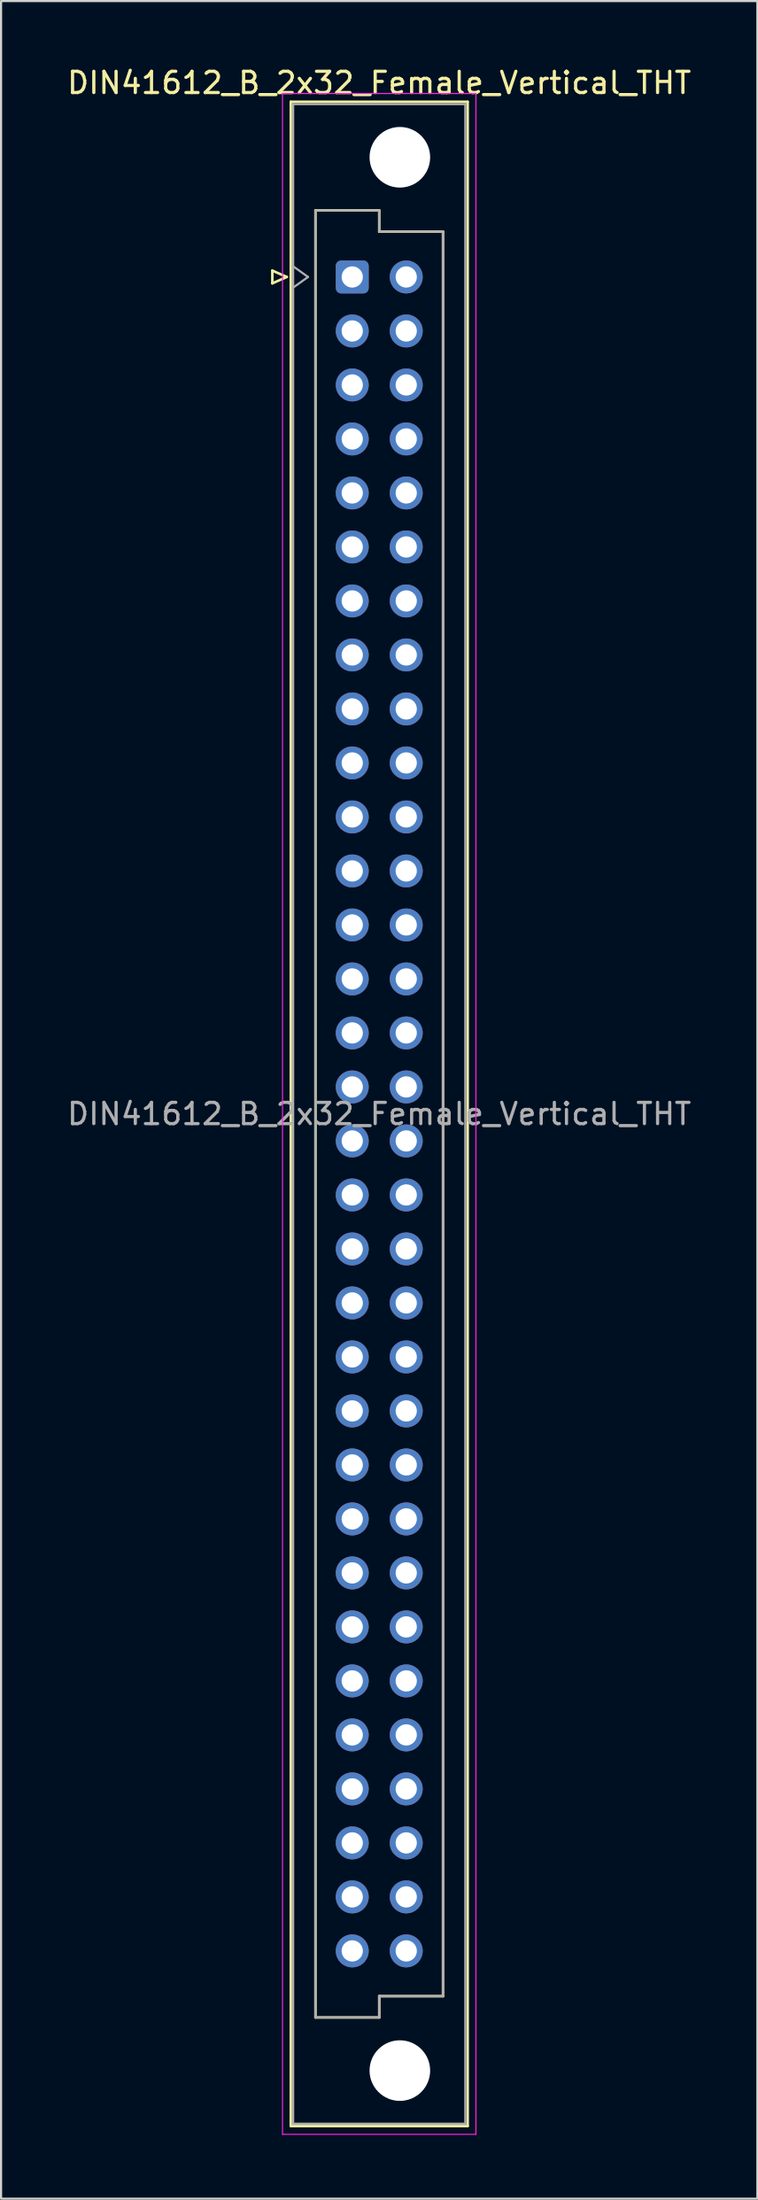
<source format=kicad_pcb>
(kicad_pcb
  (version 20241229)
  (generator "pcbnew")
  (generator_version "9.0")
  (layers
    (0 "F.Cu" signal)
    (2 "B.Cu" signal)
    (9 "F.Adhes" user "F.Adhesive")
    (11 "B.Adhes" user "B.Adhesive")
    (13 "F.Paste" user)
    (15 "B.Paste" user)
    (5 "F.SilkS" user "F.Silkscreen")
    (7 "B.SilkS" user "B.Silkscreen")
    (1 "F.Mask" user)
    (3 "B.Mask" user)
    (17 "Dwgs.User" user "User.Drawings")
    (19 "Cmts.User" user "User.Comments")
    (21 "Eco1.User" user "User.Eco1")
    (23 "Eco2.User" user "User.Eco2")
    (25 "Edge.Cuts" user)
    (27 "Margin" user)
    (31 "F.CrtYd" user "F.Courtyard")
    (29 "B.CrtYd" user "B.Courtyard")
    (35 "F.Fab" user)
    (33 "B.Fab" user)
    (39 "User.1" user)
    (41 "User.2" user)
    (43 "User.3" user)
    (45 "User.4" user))
  (footprint "DIN41612_B_2x32_Female_Vertical_THT"
    (layer "F.Cu")
    (at 13.522 9.978)
    (property "Reference" "DIN41612_B_2x32_Female_Vertical_THT" (at 1.27 -9.13 0) (layer "F.SilkS") (effects (font (size 1 1) (thickness 0.15))))
    (attr through_hole)
    (fp_line (start -3.76 -0.3) (end -3.76 0.3) (stroke (width 0.12) (type solid)) (layer "F.SilkS"))
    (fp_line (start -3.76 0.3) (end -3.08 0) (stroke (width 0.12) (type solid)) (layer "F.SilkS"))
    (fp_line (start -3.08 0) (end -3.76 -0.3) (stroke (width 0.12) (type solid)) (layer "F.SilkS"))
    (fp_line (start -2.89 -8.24) (end 5.43 -8.24) (stroke (width 0.12) (type solid)) (layer "F.SilkS"))
    (fp_line (start -2.89 86.98) (end -2.89 -8.24) (stroke (width 0.12) (type solid)) (layer "F.SilkS"))
    (fp_line (start -1.73 -3.131) (end 1.27 -3.131) (stroke (width 0.12) (type solid)) (layer "F.SilkS"))
    (fp_line (start -1.73 81.87) (end -1.73 -3.131) (stroke (width 0.12) (type solid)) (layer "F.SilkS"))
    (fp_line (start 1.27 -3.131) (end 1.27 -2.131) (stroke (width 0.12) (type solid)) (layer "F.SilkS"))
    (fp_line (start 1.27 -2.131) (end 4.27 -2.131) (stroke (width 0.12) (type solid)) (layer "F.SilkS"))
    (fp_line (start 1.27 80.87) (end 1.27 81.87) (stroke (width 0.12) (type solid)) (layer "F.SilkS"))
    (fp_line (start 1.27 81.87) (end -1.73 81.87) (stroke (width 0.12) (type solid)) (layer "F.SilkS"))
    (fp_line (start 4.27 -2.131) (end 4.27 80.87) (stroke (width 0.12) (type solid)) (layer "F.SilkS"))
    (fp_line (start 4.27 80.87) (end 1.27 80.87) (stroke (width 0.12) (type solid)) (layer "F.SilkS"))
    (fp_line (start 5.43 -8.24) (end 5.43 86.98) (stroke (width 0.12) (type solid)) (layer "F.SilkS"))
    (fp_line (start 5.43 86.98) (end -2.89 86.98) (stroke (width 0.12) (type solid)) (layer "F.SilkS"))
    (fp_line (start -3.28 -8.63) (end 5.82 -8.63) (stroke (width 0.05) (type solid)) (layer "F.CrtYd"))
    (fp_line (start -3.28 87.37) (end -3.28 -8.63) (stroke (width 0.05) (type solid)) (layer "F.CrtYd"))
    (fp_line (start 5.82 -8.63) (end 5.82 87.37) (stroke (width 0.05) (type solid)) (layer "F.CrtYd"))
    (fp_line (start 5.82 87.37) (end -3.28 87.37) (stroke (width 0.05) (type solid)) (layer "F.CrtYd"))
    (fp_line (start -2.78 -8.13) (end 5.32 -8.13) (stroke (width 0.1) (type solid)) (layer "F.Fab"))
    (fp_line (start -2.78 -0.5) (end -2.08 0) (stroke (width 0.1) (type solid)) (layer "F.Fab"))
    (fp_line (start -2.78 86.87) (end -2.78 -8.13) (stroke (width 0.1) (type solid)) (layer "F.Fab"))
    (fp_line (start -2.08 0) (end -2.78 0.5) (stroke (width 0.1) (type solid)) (layer "F.Fab"))
    (fp_line (start -1.73 -3.13) (end 1.27 -3.13) (stroke (width 0.1) (type solid)) (layer "F.Fab"))
    (fp_line (start -1.73 81.87) (end -1.73 -3.13) (stroke (width 0.1) (type solid)) (layer "F.Fab"))
    (fp_line (start 1.27 -3.13) (end 1.27 -2.13) (stroke (width 0.1) (type solid)) (layer "F.Fab"))
    (fp_line (start 1.27 -2.13) (end 4.27 -2.13) (stroke (width 0.1) (type solid)) (layer "F.Fab"))
    (fp_line (start 1.27 80.87) (end 1.27 81.87) (stroke (width 0.1) (type solid)) (layer "F.Fab"))
    (fp_line (start 1.27 81.87) (end -1.73 81.87) (stroke (width 0.1) (type solid)) (layer "F.Fab"))
    (fp_line (start 4.27 -2.13) (end 4.27 80.87) (stroke (width 0.1) (type solid)) (layer "F.Fab"))
    (fp_line (start 4.27 80.87) (end 1.27 80.87) (stroke (width 0.1) (type solid)) (layer "F.Fab"))
    (fp_line (start 5.32 -8.13) (end 5.32 86.87) (stroke (width 0.1) (type solid)) (layer "F.Fab"))
    (fp_line (start 5.32 86.87) (end -2.78 86.87) (stroke (width 0.1) (type solid)) (layer "F.Fab"))
    (fp_text user "${REFERENCE}" (at 1.27 39.37 0) (layer "F.Fab") (effects (font (size 1 1) (thickness 0.15))))
    (pad "" np_thru_hole circle (at 2.24 -5.63) (size 2.85 2.85) (drill 2.85) (layers "*.Cu" "*.Mask"))
    (pad "" np_thru_hole circle (at 2.24 84.37) (size 2.85 2.85) (drill 2.85) (layers "*.Cu" "*.Mask"))
    (pad "a1" thru_hole roundrect (at 0 0) (size 1.55 1.55) (drill 1) (layers "*.Cu" "*.Mask") (roundrect_rratio 0.161))
    (pad "a2" thru_hole circle (at 0 2.54) (size 1.55 1.55) (drill 1) (layers "*.Cu" "*.Mask"))
    (pad "a3" thru_hole circle (at 0 5.08) (size 1.55 1.55) (drill 1) (layers "*.Cu" "*.Mask"))
    (pad "a4" thru_hole circle (at 0 7.62) (size 1.55 1.55) (drill 1) (layers "*.Cu" "*.Mask"))
    (pad "a5" thru_hole circle (at 0 10.16) (size 1.55 1.55) (drill 1) (layers "*.Cu" "*.Mask"))
    (pad "a6" thru_hole circle (at 0 12.7) (size 1.55 1.55) (drill 1) (layers "*.Cu" "*.Mask"))
    (pad "a7" thru_hole circle (at 0 15.24) (size 1.55 1.55) (drill 1) (layers "*.Cu" "*.Mask"))
    (pad "a8" thru_hole circle (at 0 17.78) (size 1.55 1.55) (drill 1) (layers "*.Cu" "*.Mask"))
    (pad "a9" thru_hole circle (at 0 20.32) (size 1.55 1.55) (drill 1) (layers "*.Cu" "*.Mask"))
    (pad "a10" thru_hole circle (at 0 22.86) (size 1.55 1.55) (drill 1) (layers "*.Cu" "*.Mask"))
    (pad "a11" thru_hole circle (at 0 25.4) (size 1.55 1.55) (drill 1) (layers "*.Cu" "*.Mask"))
    (pad "a12" thru_hole circle (at 0 27.94) (size 1.55 1.55) (drill 1) (layers "*.Cu" "*.Mask"))
    (pad "a13" thru_hole circle (at 0 30.48) (size 1.55 1.55) (drill 1) (layers "*.Cu" "*.Mask"))
    (pad "a14" thru_hole circle (at 0 33.02) (size 1.55 1.55) (drill 1) (layers "*.Cu" "*.Mask"))
    (pad "a15" thru_hole circle (at 0 35.56) (size 1.55 1.55) (drill 1) (layers "*.Cu" "*.Mask"))
    (pad "a16" thru_hole circle (at 0 38.1) (size 1.55 1.55) (drill 1) (layers "*.Cu" "*.Mask"))
    (pad "a17" thru_hole circle (at 0 40.64) (size 1.55 1.55) (drill 1) (layers "*.Cu" "*.Mask"))
    (pad "a18" thru_hole circle (at 0 43.18) (size 1.55 1.55) (drill 1) (layers "*.Cu" "*.Mask"))
    (pad "a19" thru_hole circle (at 0 45.72) (size 1.55 1.55) (drill 1) (layers "*.Cu" "*.Mask"))
    (pad "a20" thru_hole circle (at 0 48.26) (size 1.55 1.55) (drill 1) (layers "*.Cu" "*.Mask"))
    (pad "a21" thru_hole circle (at 0 50.8) (size 1.55 1.55) (drill 1) (layers "*.Cu" "*.Mask"))
    (pad "a22" thru_hole circle (at 0 53.34) (size 1.55 1.55) (drill 1) (layers "*.Cu" "*.Mask"))
    (pad "a23" thru_hole circle (at 0 55.88) (size 1.55 1.55) (drill 1) (layers "*.Cu" "*.Mask"))
    (pad "a24" thru_hole circle (at 0 58.42) (size 1.55 1.55) (drill 1) (layers "*.Cu" "*.Mask"))
    (pad "a25" thru_hole circle (at 0 60.96) (size 1.55 1.55) (drill 1) (layers "*.Cu" "*.Mask"))
    (pad "a26" thru_hole circle (at 0 63.5) (size 1.55 1.55) (drill 1) (layers "*.Cu" "*.Mask"))
    (pad "a27" thru_hole circle (at 0 66.04) (size 1.55 1.55) (drill 1) (layers "*.Cu" "*.Mask"))
    (pad "a28" thru_hole circle (at 0 68.58) (size 1.55 1.55) (drill 1) (layers "*.Cu" "*.Mask"))
    (pad "a29" thru_hole circle (at 0 71.12) (size 1.55 1.55) (drill 1) (layers "*.Cu" "*.Mask"))
    (pad "a30" thru_hole circle (at 0 73.66) (size 1.55 1.55) (drill 1) (layers "*.Cu" "*.Mask"))
    (pad "a31" thru_hole circle (at 0 76.2) (size 1.55 1.55) (drill 1) (layers "*.Cu" "*.Mask"))
    (pad "a32" thru_hole circle (at 0 78.74) (size 1.55 1.55) (drill 1) (layers "*.Cu" "*.Mask"))
    (pad "b1" thru_hole circle (at 2.54 0) (size 1.55 1.55) (drill 1) (layers "*.Cu" "*.Mask"))
    (pad "b2" thru_hole circle (at 2.54 2.54) (size 1.55 1.55) (drill 1) (layers "*.Cu" "*.Mask"))
    (pad "b3" thru_hole circle (at 2.54 5.08) (size 1.55 1.55) (drill 1) (layers "*.Cu" "*.Mask"))
    (pad "b4" thru_hole circle (at 2.54 7.62) (size 1.55 1.55) (drill 1) (layers "*.Cu" "*.Mask"))
    (pad "b5" thru_hole circle (at 2.54 10.16) (size 1.55 1.55) (drill 1) (layers "*.Cu" "*.Mask"))
    (pad "b6" thru_hole circle (at 2.54 12.7) (size 1.55 1.55) (drill 1) (layers "*.Cu" "*.Mask"))
    (pad "b7" thru_hole circle (at 2.54 15.24) (size 1.55 1.55) (drill 1) (layers "*.Cu" "*.Mask"))
    (pad "b8" thru_hole circle (at 2.54 17.78) (size 1.55 1.55) (drill 1) (layers "*.Cu" "*.Mask"))
    (pad "b9" thru_hole circle (at 2.54 20.32) (size 1.55 1.55) (drill 1) (layers "*.Cu" "*.Mask"))
    (pad "b10" thru_hole circle (at 2.54 22.86) (size 1.55 1.55) (drill 1) (layers "*.Cu" "*.Mask"))
    (pad "b11" thru_hole circle (at 2.54 25.4) (size 1.55 1.55) (drill 1) (layers "*.Cu" "*.Mask"))
    (pad "b12" thru_hole circle (at 2.54 27.94) (size 1.55 1.55) (drill 1) (layers "*.Cu" "*.Mask"))
    (pad "b13" thru_hole circle (at 2.54 30.48) (size 1.55 1.55) (drill 1) (layers "*.Cu" "*.Mask"))
    (pad "b14" thru_hole circle (at 2.54 33.02) (size 1.55 1.55) (drill 1) (layers "*.Cu" "*.Mask"))
    (pad "b15" thru_hole circle (at 2.54 35.56) (size 1.55 1.55) (drill 1) (layers "*.Cu" "*.Mask"))
    (pad "b16" thru_hole circle (at 2.54 38.1) (size 1.55 1.55) (drill 1) (layers "*.Cu" "*.Mask"))
    (pad "b17" thru_hole circle (at 2.54 40.64) (size 1.55 1.55) (drill 1) (layers "*.Cu" "*.Mask"))
    (pad "b18" thru_hole circle (at 2.54 43.18) (size 1.55 1.55) (drill 1) (layers "*.Cu" "*.Mask"))
    (pad "b19" thru_hole circle (at 2.54 45.72) (size 1.55 1.55) (drill 1) (layers "*.Cu" "*.Mask"))
    (pad "b20" thru_hole circle (at 2.54 48.26) (size 1.55 1.55) (drill 1) (layers "*.Cu" "*.Mask"))
    (pad "b21" thru_hole circle (at 2.54 50.8) (size 1.55 1.55) (drill 1) (layers "*.Cu" "*.Mask"))
    (pad "b22" thru_hole circle (at 2.54 53.34) (size 1.55 1.55) (drill 1) (layers "*.Cu" "*.Mask"))
    (pad "b23" thru_hole circle (at 2.54 55.88) (size 1.55 1.55) (drill 1) (layers "*.Cu" "*.Mask"))
    (pad "b24" thru_hole circle (at 2.54 58.42) (size 1.55 1.55) (drill 1) (layers "*.Cu" "*.Mask"))
    (pad "b25" thru_hole circle (at 2.54 60.96) (size 1.55 1.55) (drill 1) (layers "*.Cu" "*.Mask"))
    (pad "b26" thru_hole circle (at 2.54 63.5) (size 1.55 1.55) (drill 1) (layers "*.Cu" "*.Mask"))
    (pad "b27" thru_hole circle (at 2.54 66.04) (size 1.55 1.55) (drill 1) (layers "*.Cu" "*.Mask"))
    (pad "b28" thru_hole circle (at 2.54 68.58) (size 1.55 1.55) (drill 1) (layers "*.Cu" "*.Mask"))
    (pad "b29" thru_hole circle (at 2.54 71.12) (size 1.55 1.55) (drill 1) (layers "*.Cu" "*.Mask"))
    (pad "b30" thru_hole circle (at 2.54 73.66) (size 1.55 1.55) (drill 1) (layers "*.Cu" "*.Mask"))
    (pad "b31" thru_hole circle (at 2.54 76.2) (size 1.55 1.55) (drill 1) (layers "*.Cu" "*.Mask"))
    (pad "b32" thru_hole circle (at 2.54 78.74) (size 1.55 1.55) (drill 1) (layers "*.Cu" "*.Mask")))
  (gr_rect
    (start -3 -3)
    (end 32.583 100.373)
    (stroke (width 0.1) (type default))
    (fill no)
    (layer "Edge.Cuts")))
</source>
